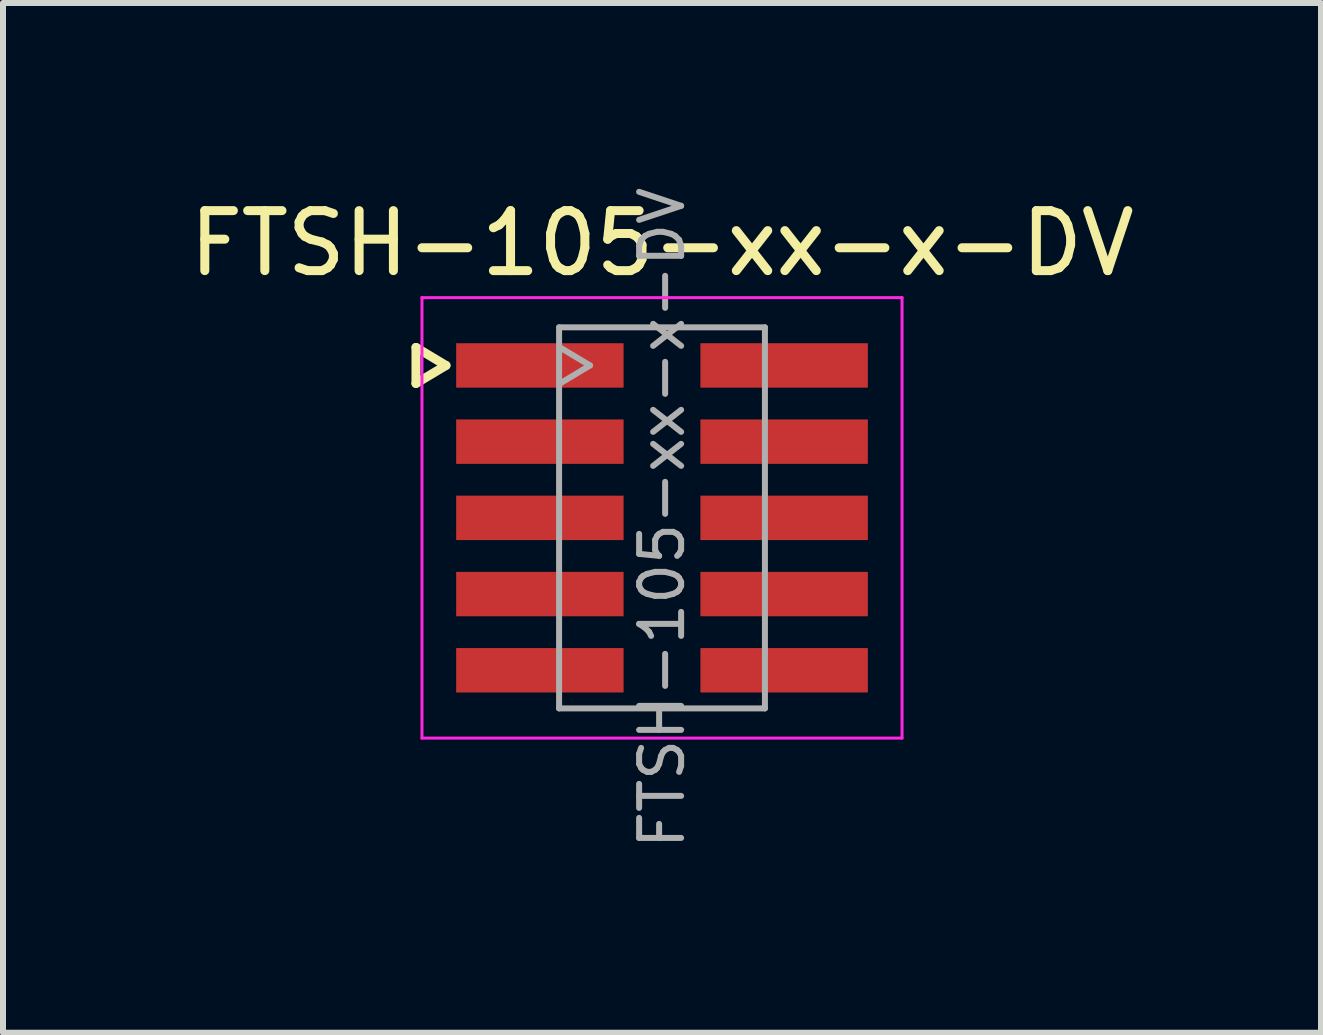
<source format=kicad_pcb>
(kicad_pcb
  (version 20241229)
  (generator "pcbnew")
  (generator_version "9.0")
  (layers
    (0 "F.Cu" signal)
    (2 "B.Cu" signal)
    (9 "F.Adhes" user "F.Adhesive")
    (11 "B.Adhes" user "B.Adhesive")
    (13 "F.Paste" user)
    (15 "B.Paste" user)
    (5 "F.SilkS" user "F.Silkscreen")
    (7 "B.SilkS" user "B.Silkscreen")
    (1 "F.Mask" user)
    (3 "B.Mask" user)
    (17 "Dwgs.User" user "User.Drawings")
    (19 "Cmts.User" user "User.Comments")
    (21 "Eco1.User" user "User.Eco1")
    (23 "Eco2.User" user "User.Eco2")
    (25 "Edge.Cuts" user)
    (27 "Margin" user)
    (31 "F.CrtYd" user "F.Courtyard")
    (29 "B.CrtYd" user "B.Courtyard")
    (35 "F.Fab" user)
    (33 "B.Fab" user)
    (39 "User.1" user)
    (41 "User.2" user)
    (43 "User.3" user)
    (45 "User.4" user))
  (footprint "FTSH-105-xx-x-DV"
    (layer "F.Cu")
    (at 7.982 5.58)
    (property "Reference" "FTSH-105-xx-x-DV" (at 0 -4.575 0) (layer "F.SilkS") (effects (font (size 1 1) (thickness 0.15))))
    (attr smd)
    (fp_line (start -4.1 -2.84) (end -4.1 -2.24) (stroke (width 0.15) (type solid)) (layer "F.SilkS"))
    (fp_line (start -4.1 -2.24) (end -3.6 -2.54) (stroke (width 0.15) (type solid)) (layer "F.SilkS"))
    (fp_line (start -3.6 -2.54) (end -4.1 -2.84) (stroke (width 0.15) (type solid)) (layer "F.SilkS"))
    (fp_line (start -4 -3.67) (end 4 -3.67) (stroke (width 0.05) (type solid)) (layer "F.CrtYd"))
    (fp_line (start -4 3.67) (end -4 -3.67) (stroke (width 0.05) (type solid)) (layer "F.CrtYd"))
    (fp_line (start 4 -3.67) (end 4 3.67) (stroke (width 0.05) (type solid)) (layer "F.CrtYd"))
    (fp_line (start 4 3.67) (end -4 3.67) (stroke (width 0.05) (type solid)) (layer "F.CrtYd"))
    (fp_line (start -1.715 -3.175) (end -1.715 3.175) (stroke (width 0.1) (type solid)) (layer "F.Fab"))
    (fp_line (start -1.715 -3.175) (end 1.715 -3.175) (stroke (width 0.1) (type solid)) (layer "F.Fab"))
    (fp_line (start -1.715 3.175) (end 1.715 3.175) (stroke (width 0.1) (type solid)) (layer "F.Fab"))
    (fp_line (start -1.7 -2.24) (end -1.2 -2.54) (stroke (width 0.1) (type solid)) (layer "F.Fab"))
    (fp_line (start -1.2 -2.54) (end -1.7 -2.84) (stroke (width 0.1) (type solid)) (layer "F.Fab"))
    (fp_line (start 1.715 -3.175) (end 1.715 3.175) (stroke (width 0.1) (type solid)) (layer "F.Fab"))
    (fp_text user "${REFERENCE}" (at 0 0 270) (layer "F.Fab") (effects (font (size 0.7 0.7) (thickness 0.1))))
    (pad "1" smd rect (at -2.035 -2.54) (size 2.79 0.74) (layers "F.Cu" "F.Mask" "F.Paste"))
    (pad "2" smd rect (at 2.035 -2.54) (size 2.79 0.74) (layers "F.Cu" "F.Mask" "F.Paste"))
    (pad "3" smd rect (at -2.035 -1.27) (size 2.79 0.74) (layers "F.Cu" "F.Mask" "F.Paste"))
    (pad "4" smd rect (at 2.035 -1.27) (size 2.79 0.74) (layers "F.Cu" "F.Mask" "F.Paste"))
    (pad "5" smd rect (at -2.035 0) (size 2.79 0.74) (layers "F.Cu" "F.Mask" "F.Paste"))
    (pad "6" smd rect (at 2.035 0) (size 2.79 0.74) (layers "F.Cu" "F.Mask" "F.Paste"))
    (pad "7" smd rect (at -2.035 1.27) (size 2.79 0.74) (layers "F.Cu" "F.Mask" "F.Paste"))
    (pad "8" smd rect (at 2.035 1.27) (size 2.79 0.74) (layers "F.Cu" "F.Mask" "F.Paste"))
    (pad "9" smd rect (at -2.035 2.54) (size 2.79 0.74) (layers "F.Cu" "F.Mask" "F.Paste"))
    (pad "10" smd rect (at 2.035 2.54) (size 2.79 0.74) (layers "F.Cu" "F.Mask" "F.Paste")))
  (gr_rect
    (start -3 -3)
    (end 18.964 14.16)
    (stroke (width 0.1) (type default))
    (fill no)
    (layer "Edge.Cuts")))
</source>
